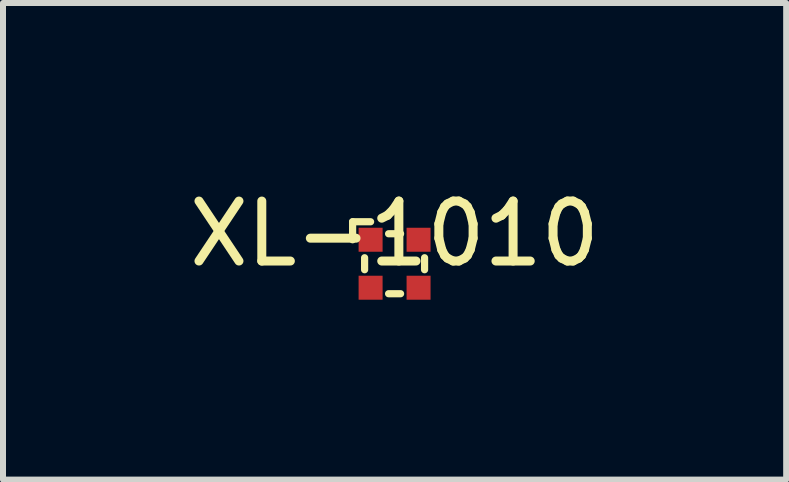
<source format=kicad_pcb>
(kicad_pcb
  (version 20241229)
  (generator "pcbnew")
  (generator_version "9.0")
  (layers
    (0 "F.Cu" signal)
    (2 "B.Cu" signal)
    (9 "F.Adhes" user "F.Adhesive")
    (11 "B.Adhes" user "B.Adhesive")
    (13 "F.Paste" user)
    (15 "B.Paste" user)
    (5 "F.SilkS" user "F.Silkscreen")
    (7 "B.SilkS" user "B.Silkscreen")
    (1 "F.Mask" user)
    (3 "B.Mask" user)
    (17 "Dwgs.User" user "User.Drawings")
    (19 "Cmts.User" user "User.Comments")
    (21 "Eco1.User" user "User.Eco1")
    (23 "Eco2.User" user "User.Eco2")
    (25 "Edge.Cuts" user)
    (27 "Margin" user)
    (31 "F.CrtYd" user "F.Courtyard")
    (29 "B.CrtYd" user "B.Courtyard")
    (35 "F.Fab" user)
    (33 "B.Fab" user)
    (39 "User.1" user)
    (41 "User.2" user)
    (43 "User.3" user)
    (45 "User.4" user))
  (footprint "XL-1010"
    (layer "F.Cu")
    (at 3.53 1.348)
    (property "Reference" "XL-1010" (at 0 -0.5 0) (unlocked yes) (layer "F.SilkS") (effects (font (size 1 1) (thickness 0.15))))
    (attr smd)
    (fp_line (start -0.7 -0.7) (end -0.7 -0.4) (stroke (width 0.12) (type default)) (layer "F.SilkS"))
    (fp_line (start -0.5 -0.1) (end -0.5 0.1) (stroke (width 0.12) (type default)) (layer "F.SilkS"))
    (fp_line (start -0.4 -0.7) (end -0.7 -0.7) (stroke (width 0.12) (type default)) (layer "F.SilkS"))
    (fp_line (start -0.1 -0.5) (end 0.1 -0.5) (stroke (width 0.12) (type default)) (layer "F.SilkS"))
    (fp_line (start -0.1 0.5) (end 0.1 0.5) (stroke (width 0.12) (type default)) (layer "F.SilkS"))
    (fp_line (start 0.5 -0.1) (end 0.5 0.1) (stroke (width 0.12) (type default)) (layer "F.SilkS"))
    (pad "1" smd rect (at -0.4 -0.4) (size 0.4 0.4) (layers "F.Cu" "F.Mask" "F.Paste"))
    (pad "2" smd rect (at 0.4 -0.4) (size 0.4 0.4) (layers "F.Cu" "F.Mask" "F.Paste"))
    (pad "3" smd rect (at -0.4 0.4) (size 0.4 0.4) (layers "F.Cu" "F.Mask" "F.Paste"))
    (pad "4" smd rect (at 0.4 0.4) (size 0.4 0.4) (layers "F.Cu" "F.Mask" "F.Paste")))
  (gr_rect
    (start -3 -3)
    (end 10.06 4.948)
    (stroke (width 0.1) (type default))
    (fill no)
    (layer "Edge.Cuts")))
</source>
